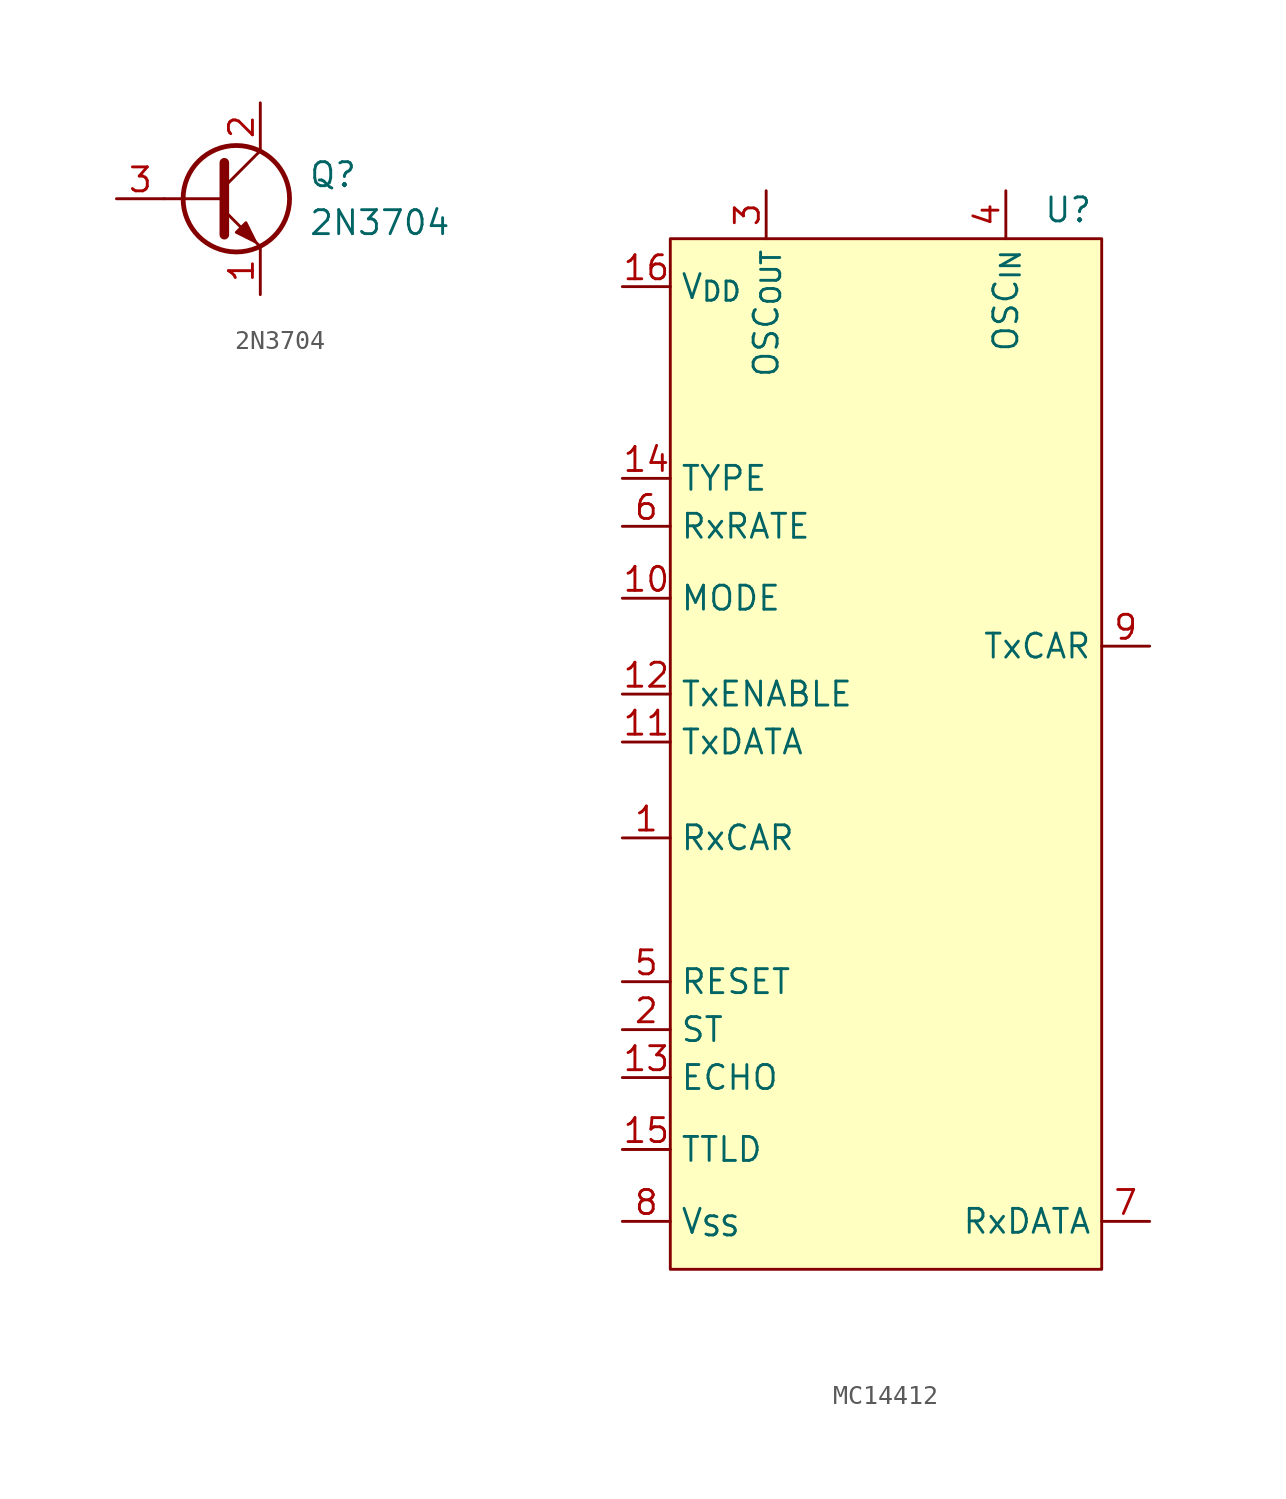
<source format=kicad_sym>
(kicad_symbol_lib
  (version 20241209)
  (generator "kicad_symbol_editor")
  (generator_version "9.0")
  (symbol "2N3704"
    (pin_names
      (offset 0)
      (hide yes))
    (property "Reference" "Q"
      (at 5.08 1.27 0)
      (effects (font (size 1.27 1.27)) (justify left)))
    (property "Value" "2N3704"
      (at 5.08 -1.27 0)
      (effects (font (size 1.27 1.27)) (justify left)))
    (symbol "2N3704_0_1"
      (polyline (pts (xy -2.54 0) (xy 0.635 0)) (stroke (width 0) (type default)) (fill (type none)))
      (polyline (pts (xy 0.635 1.905) (xy 0.635 -1.905)) (stroke (width 0.508) (type default)) (fill (type none)))
      (polyline (pts (xy 0.635 0.635) (xy 2.54 2.54)) (stroke (width 0) (type default)) (fill (type none)))
      (polyline (pts (xy 0.635 -0.635) (xy 2.54 -2.54)) (stroke (width 0) (type default)) (fill (type none)))
      (circle (center 1.27 0) (radius 2.819) (stroke (width 0.254) (type default)) (fill (type none)))
      (polyline (pts (xy 1.27 -1.778) (xy 1.778 -1.27) (xy 2.286 -2.286) (xy 1.27 -1.778)) (stroke (width 0) (type default)) (fill (type outline))))
    (symbol "2N3704_1_1"
      (pin input line (at -5.08 0 0) (length 2.54) (name "B" (effects (font (size 1.27 1.27)))) (number "3" (effects (font (size 1.27 1.27)))))
      (pin passive line (at 2.54 5.08 270) (length 2.54) (name "C" (effects (font (size 1.27 1.27)))) (number "2" (effects (font (size 1.27 1.27)))))
      (pin passive line (at 2.54 -5.08 90) (length 2.54) (name "E" (effects (font (size 1.27 1.27)))) (number "1" (effects (font (size 1.27 1.27)))))))
  (symbol "MC14412"
    (property "Reference" "U"
      (at 9.652 18.034 0)
      (effects (font (size 1.27 1.27))))
    (property "Value" ""
      (at 0 0 0)
      (effects (font (size 1.27 1.27))))
    (symbol "MC14412_1_1"
      (rectangle (start -11.43 16.51) (end 11.43 -38.1) (stroke (width 0) (type solid)) (fill (type background)))
      (pin power_in line (at -13.97 13.97 0) (length 2.54) (name "V_{DD}" (effects (font (size 1.27 1.27)))) (number "16" (effects (font (size 1.27 1.27)))))
      (pin input line (at -13.97 3.81 0) (length 2.54) (name "TYPE" (effects (font (size 1.27 1.27)))) (number "14" (effects (font (size 1.27 1.27)))))
      (pin input line (at -13.97 1.27 0) (length 2.54) (name "RxRATE" (effects (font (size 1.27 1.27)))) (number "6" (effects (font (size 1.27 1.27)))))
      (pin input line (at -13.97 -2.54 0) (length 2.54) (name "MODE" (effects (font (size 1.27 1.27)))) (number "10" (effects (font (size 1.27 1.27)))))
      (pin input line (at -13.97 -7.62 0) (length 2.54) (name "TxENABLE" (effects (font (size 1.27 1.27)))) (number "12" (effects (font (size 1.27 1.27)))))
      (pin input line (at -13.97 -10.16 0) (length 2.54) (name "TxDATA" (effects (font (size 1.27 1.27)))) (number "11" (effects (font (size 1.27 1.27)))))
      (pin input line (at -13.97 -15.24 0) (length 2.54) (name "RxCAR" (effects (font (size 1.27 1.27)))) (number "1" (effects (font (size 1.27 1.27)))))
      (pin input line (at -13.97 -22.86 0) (length 2.54) (name "RESET" (effects (font (size 1.27 1.27)))) (number "5" (effects (font (size 1.27 1.27)))))
      (pin input line (at -13.97 -25.4 0) (length 2.54) (name "ST" (effects (font (size 1.27 1.27)))) (number "2" (effects (font (size 1.27 1.27)))))
      (pin input line (at -13.97 -27.94 0) (length 2.54) (name "ECHO" (effects (font (size 1.27 1.27)))) (number "13" (effects (font (size 1.27 1.27)))))
      (pin input line (at -13.97 -31.75 0) (length 2.54) (name "TTLD" (effects (font (size 1.27 1.27)))) (number "15" (effects (font (size 1.27 1.27)))))
      (pin power_in line (at -13.97 -35.56 0) (length 2.54) (name "V_{SS}" (effects (font (size 1.27 1.27)))) (number "8" (effects (font (size 1.27 1.27)))))
      (pin passive line (at -6.35 19.05 270) (length 2.54) (name "OSC_{OUT}" (effects (font (size 1.27 1.27)))) (number "3" (effects (font (size 1.27 1.27)))))
      (pin passive line (at 6.35 19.05 270) (length 2.54) (name "OSC_{IN}" (effects (font (size 1.27 1.27)))) (number "4" (effects (font (size 1.27 1.27)))))
      (pin output line (at 13.97 -5.08 180) (length 2.54) (name "TxCAR" (effects (font (size 1.27 1.27)))) (number "9" (effects (font (size 1.27 1.27)))))
      (pin output line (at 13.97 -35.56 180) (length 2.54) (name "RxDATA" (effects (font (size 1.27 1.27)))) (number "7" (effects (font (size 1.27 1.27))))))))
</source>
